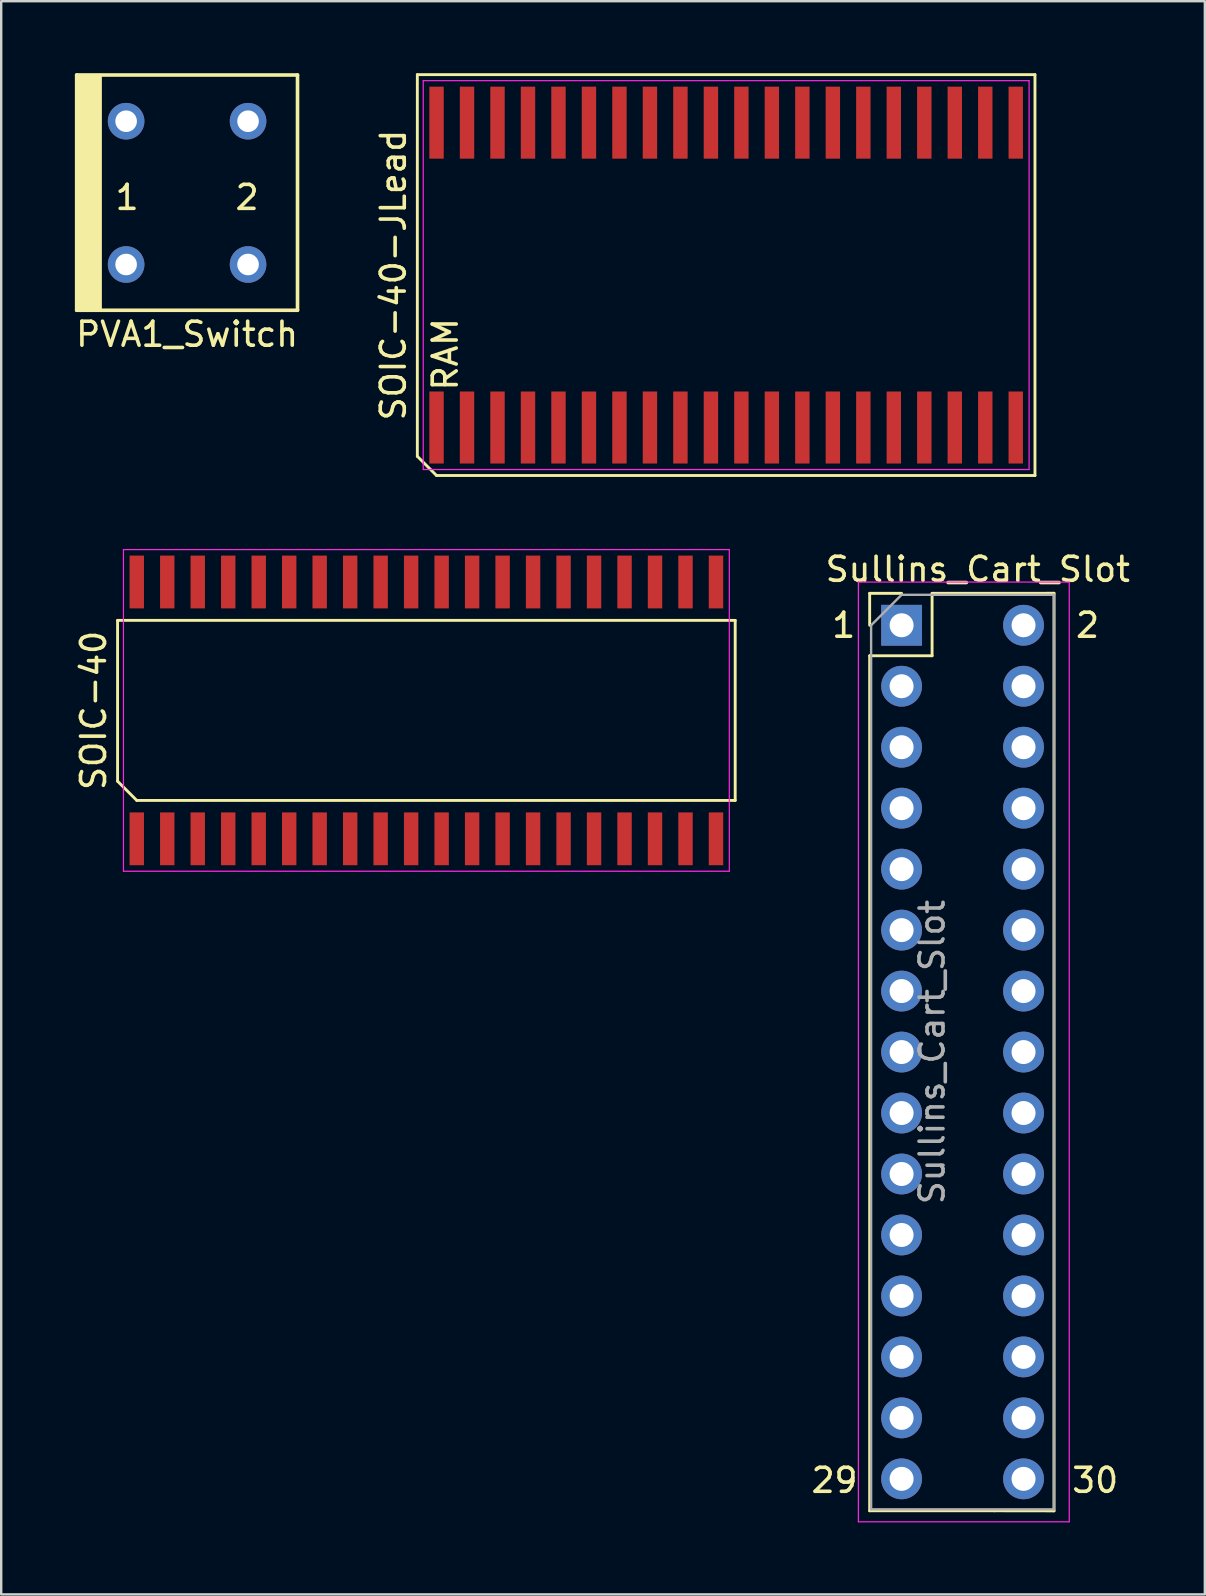
<source format=kicad_pcb>
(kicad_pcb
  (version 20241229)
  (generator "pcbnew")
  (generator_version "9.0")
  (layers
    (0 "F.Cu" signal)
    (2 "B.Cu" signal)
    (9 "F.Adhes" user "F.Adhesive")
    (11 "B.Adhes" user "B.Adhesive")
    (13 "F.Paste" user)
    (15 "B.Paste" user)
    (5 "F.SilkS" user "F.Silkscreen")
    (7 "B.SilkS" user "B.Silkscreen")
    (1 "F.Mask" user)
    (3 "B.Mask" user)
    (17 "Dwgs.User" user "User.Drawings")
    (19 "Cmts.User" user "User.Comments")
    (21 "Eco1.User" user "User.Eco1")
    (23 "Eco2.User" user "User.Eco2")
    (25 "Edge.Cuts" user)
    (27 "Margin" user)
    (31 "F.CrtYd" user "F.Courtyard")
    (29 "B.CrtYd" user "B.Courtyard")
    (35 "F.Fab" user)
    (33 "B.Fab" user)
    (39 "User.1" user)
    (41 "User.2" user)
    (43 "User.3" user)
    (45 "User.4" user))
  (footprint "SOIC-40"
    (layer "F.Cu")
    (at 14.713 26.545)
    (property "Reference" "SOIC-40" (at -13.865 0 90) (layer "F.SilkS") (effects (font (size 1 1) (thickness 0.15))))
    (attr smd)
    (fp_line (start -12.865 -3.75) (end 12.865 -3.75) (stroke (width 0.12) (type solid)) (layer "F.SilkS"))
    (fp_line (start -12.865 2.95) (end -12.865 -3.75) (stroke (width 0.12) (type solid)) (layer "F.SilkS"))
    (fp_line (start -12.065 3.75) (end -12.865 2.95) (stroke (width 0.12) (type solid)) (layer "F.SilkS"))
    (fp_line (start 12.865 -3.75) (end 12.865 3.75) (stroke (width 0.12) (type solid)) (layer "F.SilkS"))
    (fp_line (start 12.865 3.75) (end -12.065 3.75) (stroke (width 0.12) (type solid)) (layer "F.SilkS"))
    (fp_line (start -12.62 -6.7) (end 12.62 -6.7) (stroke (width 0.05) (type solid)) (layer "F.CrtYd"))
    (fp_line (start -12.62 6.7) (end -12.62 -6.7) (stroke (width 0.05) (type solid)) (layer "F.CrtYd"))
    (fp_line (start 12.62 -6.7) (end 12.62 6.7) (stroke (width 0.05) (type solid)) (layer "F.CrtYd"))
    (fp_line (start 12.62 6.7) (end -12.62 6.7) (stroke (width 0.05) (type solid)) (layer "F.CrtYd"))
    (pad "1" smd rect (at -12.065 5.35) (size 0.6 2.2) (layers "F.Cu" "F.Mask" "F.Paste"))
    (pad "2" smd rect (at -10.795 5.35) (size 0.6 2.2) (layers "F.Cu" "F.Mask" "F.Paste"))
    (pad "3" smd rect (at -9.525 5.35) (size 0.6 2.2) (layers "F.Cu" "F.Mask" "F.Paste"))
    (pad "4" smd rect (at -8.255 5.35) (size 0.6 2.2) (layers "F.Cu" "F.Mask" "F.Paste"))
    (pad "5" smd rect (at -6.985 5.35) (size 0.6 2.2) (layers "F.Cu" "F.Mask" "F.Paste"))
    (pad "6" smd rect (at -5.715 5.35) (size 0.6 2.2) (layers "F.Cu" "F.Mask" "F.Paste"))
    (pad "7" smd rect (at -4.445 5.35) (size 0.6 2.2) (layers "F.Cu" "F.Mask" "F.Paste"))
    (pad "8" smd rect (at -3.175 5.35) (size 0.6 2.2) (layers "F.Cu" "F.Mask" "F.Paste"))
    (pad "9" smd rect (at -1.905 5.35) (size 0.6 2.2) (layers "F.Cu" "F.Mask" "F.Paste"))
    (pad "10" smd rect (at -0.635 5.35) (size 0.6 2.2) (layers "F.Cu" "F.Mask" "F.Paste"))
    (pad "11" smd rect (at 0.635 5.35) (size 0.6 2.2) (layers "F.Cu" "F.Mask" "F.Paste"))
    (pad "12" smd rect (at 1.905 5.35) (size 0.6 2.2) (layers "F.Cu" "F.Mask" "F.Paste"))
    (pad "13" smd rect (at 3.175 5.35) (size 0.6 2.2) (layers "F.Cu" "F.Mask" "F.Paste"))
    (pad "14" smd rect (at 4.445 5.35) (size 0.6 2.2) (layers "F.Cu" "F.Mask" "F.Paste"))
    (pad "15" smd rect (at 5.715 5.35) (size 0.6 2.2) (layers "F.Cu" "F.Mask" "F.Paste"))
    (pad "16" smd rect (at 6.985 5.35) (size 0.6 2.2) (layers "F.Cu" "F.Mask" "F.Paste"))
    (pad "17" smd rect (at 8.255 5.35) (size 0.6 2.2) (layers "F.Cu" "F.Mask" "F.Paste"))
    (pad "18" smd rect (at 9.525 5.35) (size 0.6 2.2) (layers "F.Cu" "F.Mask" "F.Paste"))
    (pad "19" smd rect (at 10.795 5.35) (size 0.6 2.2) (layers "F.Cu" "F.Mask" "F.Paste"))
    (pad "20" smd rect (at 12.065 5.35) (size 0.6 2.2) (layers "F.Cu" "F.Mask" "F.Paste"))
    (pad "21" smd rect (at 12.065 -5.35) (size 0.6 2.2) (layers "F.Cu" "F.Mask" "F.Paste"))
    (pad "22" smd rect (at 10.795 -5.35) (size 0.6 2.2) (layers "F.Cu" "F.Mask" "F.Paste"))
    (pad "23" smd rect (at 9.525 -5.35) (size 0.6 2.2) (layers "F.Cu" "F.Mask" "F.Paste"))
    (pad "24" smd rect (at 8.255 -5.35) (size 0.6 2.2) (layers "F.Cu" "F.Mask" "F.Paste"))
    (pad "25" smd rect (at 6.985 -5.35) (size 0.6 2.2) (layers "F.Cu" "F.Mask" "F.Paste"))
    (pad "26" smd rect (at 5.715 -5.35) (size 0.6 2.2) (layers "F.Cu" "F.Mask" "F.Paste"))
    (pad "27" smd rect (at 4.445 -5.35) (size 0.6 2.2) (layers "F.Cu" "F.Mask" "F.Paste"))
    (pad "28" smd rect (at 3.175 -5.35) (size 0.6 2.2) (layers "F.Cu" "F.Mask" "F.Paste"))
    (pad "29" smd rect (at 1.905 -5.35) (size 0.6 2.2) (layers "F.Cu" "F.Mask" "F.Paste"))
    (pad "30" smd rect (at 0.635 -5.35) (size 0.6 2.2) (layers "F.Cu" "F.Mask" "F.Paste"))
    (pad "31" smd rect (at -0.635 -5.35) (size 0.6 2.2) (layers "F.Cu" "F.Mask" "F.Paste"))
    (pad "32" smd rect (at -1.905 -5.35) (size 0.6 2.2) (layers "F.Cu" "F.Mask" "F.Paste"))
    (pad "33" smd rect (at -3.175 -5.35) (size 0.6 2.2) (layers "F.Cu" "F.Mask" "F.Paste"))
    (pad "34" smd rect (at -4.445 -5.35) (size 0.6 2.2) (layers "F.Cu" "F.Mask" "F.Paste"))
    (pad "35" smd rect (at -5.715 -5.35) (size 0.6 2.2) (layers "F.Cu" "F.Mask" "F.Paste"))
    (pad "36" smd rect (at -6.985 -5.35) (size 0.6 2.2) (layers "F.Cu" "F.Mask" "F.Paste"))
    (pad "37" smd rect (at -8.255 -5.35) (size 0.6 2.2) (layers "F.Cu" "F.Mask" "F.Paste"))
    (pad "38" smd rect (at -9.525 -5.35) (size 0.6 2.2) (layers "F.Cu" "F.Mask" "F.Paste"))
    (pad "39" smd rect (at -10.795 -5.35) (size 0.6 2.2) (layers "F.Cu" "F.Mask" "F.Paste"))
    (pad "40" smd rect (at -12.065 -5.35) (size 0.6 2.2) (layers "F.Cu" "F.Mask" "F.Paste")))
  (footprint "PVA1_Switch"
    (layer "F.Cu")
    (at 4.744 5.175)
    (property "Reference" "PVA1_Switch" (at 0 5.7 0) (layer "F.SilkS") (effects (font (size 1 1) (thickness 0.15))))
    (attr through_hole)
    (fp_line (start -4.6 -5.1) (end 4.6 -5.1) (stroke (width 0.15) (type solid)) (layer "F.SilkS"))
    (fp_line (start -4.6 4.7) (end -4.6 -5.1) (stroke (width 0.15) (type solid)) (layer "F.SilkS"))
    (fp_line (start 4.6 -5.1) (end 4.6 4.7) (stroke (width 0.15) (type solid)) (layer "F.SilkS"))
    (fp_line (start 4.6 4.7) (end -4.6 4.7) (stroke (width 0.15) (type solid)) (layer "F.SilkS"))
    (fp_poly (pts (xy -4.6 -5.1) (xy -3.6 -5.1) (xy -3.6 4.7) (xy -4.6 4.7)) (stroke (width 0.1) (type solid)) (fill yes) (layer "F.SilkS"))
    (fp_text user "2" (at 2.5 0 0) (layer "F.SilkS") (effects (font (size 1 1) (thickness 0.15))))
    (fp_text user "1" (at -2.5 0 0) (layer "F.SilkS") (effects (font (size 1 1) (thickness 0.15))))
    (pad "1" thru_hole circle (at -2.54 -3.175) (size 1.524 1.524) (drill 0.9) (layers "*.Cu" "*.Mask"))
    (pad "1" thru_hole circle (at -2.54 2.794) (size 1.524 1.524) (drill 0.9) (layers "*.Cu" "*.Mask"))
    (pad "2" thru_hole circle (at 2.54 -3.175) (size 1.524 1.524) (drill 0.9) (layers "*.Cu" "*.Mask"))
    (pad "2" thru_hole circle (at 2.54 2.794) (size 1.524 1.524) (drill 0.9) (layers "*.Cu" "*.Mask")))
  (footprint "SOIC-40-JLead"
    (layer "F.Cu")
    (at 27.201 8.41)
    (property "Reference" "SOIC-40-JLead" (at -13.865 0 90) (layer "F.SilkS") (effects (font (size 1 1) (thickness 0.15))))
    (attr smd)
    (fp_line (start -12.865 -8.35) (end 12.865 -8.35) (stroke (width 0.12) (type solid)) (layer "F.SilkS"))
    (fp_line (start -12.865 7.55) (end -12.865 -8.35) (stroke (width 0.12) (type solid)) (layer "F.SilkS"))
    (fp_line (start -12.065 8.35) (end -12.865 7.55) (stroke (width 0.12) (type solid)) (layer "F.SilkS"))
    (fp_line (start 12.865 -8.35) (end 12.865 8.35) (stroke (width 0.12) (type solid)) (layer "F.SilkS"))
    (fp_line (start 12.865 8.35) (end -12.065 8.35) (stroke (width 0.12) (type solid)) (layer "F.SilkS"))
    (fp_line (start -12.62 -8.1) (end 12.62 -8.1) (stroke (width 0.05) (type solid)) (layer "F.CrtYd"))
    (fp_line (start -12.62 8.1) (end -12.62 -8.1) (stroke (width 0.05) (type solid)) (layer "F.CrtYd"))
    (fp_line (start 12.62 -8.1) (end 12.62 8.1) (stroke (width 0.05) (type solid)) (layer "F.CrtYd"))
    (fp_line (start 12.62 8.1) (end -12.62 8.1) (stroke (width 0.05) (type solid)) (layer "F.CrtYd"))
    (fp_text user "RAM" (at -11.7 3.3 270) (layer "F.SilkS") (effects (font (size 1 1) (thickness 0.15))))
    (pad "1" smd rect (at -12.065 6.35) (size 0.6 3) (layers "F.Cu" "F.Mask" "F.Paste"))
    (pad "2" smd rect (at -10.795 6.35) (size 0.6 3) (layers "F.Cu" "F.Mask" "F.Paste"))
    (pad "3" smd rect (at -9.525 6.35) (size 0.6 3) (layers "F.Cu" "F.Mask" "F.Paste"))
    (pad "4" smd rect (at -8.255 6.35) (size 0.6 3) (layers "F.Cu" "F.Mask" "F.Paste"))
    (pad "5" smd rect (at -6.985 6.35) (size 0.6 3) (layers "F.Cu" "F.Mask" "F.Paste"))
    (pad "6" smd rect (at -5.715 6.35) (size 0.6 3) (layers "F.Cu" "F.Mask" "F.Paste"))
    (pad "7" smd rect (at -4.445 6.35) (size 0.6 3) (layers "F.Cu" "F.Mask" "F.Paste"))
    (pad "8" smd rect (at -3.175 6.35) (size 0.6 3) (layers "F.Cu" "F.Mask" "F.Paste"))
    (pad "9" smd rect (at -1.905 6.35) (size 0.6 3) (layers "F.Cu" "F.Mask" "F.Paste"))
    (pad "10" smd rect (at -0.635 6.35) (size 0.6 3) (layers "F.Cu" "F.Mask" "F.Paste"))
    (pad "11" smd rect (at 0.635 6.35) (size 0.6 3) (layers "F.Cu" "F.Mask" "F.Paste"))
    (pad "12" smd rect (at 1.905 6.35) (size 0.6 3) (layers "F.Cu" "F.Mask" "F.Paste"))
    (pad "13" smd rect (at 3.175 6.35) (size 0.6 3) (layers "F.Cu" "F.Mask" "F.Paste"))
    (pad "14" smd rect (at 4.445 6.35) (size 0.6 3) (layers "F.Cu" "F.Mask" "F.Paste"))
    (pad "15" smd rect (at 5.715 6.35) (size 0.6 3) (layers "F.Cu" "F.Mask" "F.Paste"))
    (pad "16" smd rect (at 6.985 6.35) (size 0.6 3) (layers "F.Cu" "F.Mask" "F.Paste"))
    (pad "17" smd rect (at 8.255 6.35) (size 0.6 3) (layers "F.Cu" "F.Mask" "F.Paste"))
    (pad "18" smd rect (at 9.525 6.35) (size 0.6 3) (layers "F.Cu" "F.Mask" "F.Paste"))
    (pad "19" smd rect (at 10.795 6.35) (size 0.6 3) (layers "F.Cu" "F.Mask" "F.Paste"))
    (pad "20" smd rect (at 12.065 6.35) (size 0.6 3) (layers "F.Cu" "F.Mask" "F.Paste"))
    (pad "21" smd rect (at 12.065 -6.35) (size 0.6 3) (layers "F.Cu" "F.Mask" "F.Paste"))
    (pad "22" smd rect (at 10.795 -6.35) (size 0.6 3) (layers "F.Cu" "F.Mask" "F.Paste"))
    (pad "23" smd rect (at 9.525 -6.35) (size 0.6 3) (layers "F.Cu" "F.Mask" "F.Paste"))
    (pad "24" smd rect (at 8.255 -6.35) (size 0.6 3) (layers "F.Cu" "F.Mask" "F.Paste"))
    (pad "25" smd rect (at 6.985 -6.35) (size 0.6 3) (layers "F.Cu" "F.Mask" "F.Paste"))
    (pad "26" smd rect (at 5.715 -6.35) (size 0.6 3) (layers "F.Cu" "F.Mask" "F.Paste"))
    (pad "27" smd rect (at 4.445 -6.35) (size 0.6 3) (layers "F.Cu" "F.Mask" "F.Paste"))
    (pad "28" smd rect (at 3.175 -6.35) (size 0.6 3) (layers "F.Cu" "F.Mask" "F.Paste"))
    (pad "29" smd rect (at 1.905 -6.35) (size 0.6 3) (layers "F.Cu" "F.Mask" "F.Paste"))
    (pad "30" smd rect (at 0.635 -6.35) (size 0.6 3) (layers "F.Cu" "F.Mask" "F.Paste"))
    (pad "31" smd rect (at -0.635 -6.35) (size 0.6 3) (layers "F.Cu" "F.Mask" "F.Paste"))
    (pad "32" smd rect (at -1.905 -6.35) (size 0.6 3) (layers "F.Cu" "F.Mask" "F.Paste"))
    (pad "33" smd rect (at -3.175 -6.35) (size 0.6 3) (layers "F.Cu" "F.Mask" "F.Paste"))
    (pad "34" smd rect (at -4.445 -6.35) (size 0.6 3) (layers "F.Cu" "F.Mask" "F.Paste"))
    (pad "35" smd rect (at -5.715 -6.35) (size 0.6 3) (layers "F.Cu" "F.Mask" "F.Paste"))
    (pad "36" smd rect (at -6.985 -6.35) (size 0.6 3) (layers "F.Cu" "F.Mask" "F.Paste"))
    (pad "37" smd rect (at -8.255 -6.35) (size 0.6 3) (layers "F.Cu" "F.Mask" "F.Paste"))
    (pad "38" smd rect (at -9.525 -6.35) (size 0.6 3) (layers "F.Cu" "F.Mask" "F.Paste"))
    (pad "39" smd rect (at -10.795 -6.35) (size 0.6 3) (layers "F.Cu" "F.Mask" "F.Paste"))
    (pad "40" smd rect (at -12.065 -6.35) (size 0.6 3) (layers "F.Cu" "F.Mask" "F.Paste")))
  (footprint "Sullins_Cart_Slot"
    (layer "F.Cu")
    (at 34.51 22.998)
    (property "Reference" "Sullins_Cart_Slot" (at 3.175 -2.33 0) (layer "F.SilkS") (effects (font (size 1 1) (thickness 0.15))))
    (attr through_hole)
    (fp_line (start -1.33 -1.33) (end 0 -1.33) (stroke (width 0.12) (type solid)) (layer "F.SilkS"))
    (fp_line (start -1.33 0) (end -1.33 -1.33) (stroke (width 0.12) (type solid)) (layer "F.SilkS"))
    (fp_line (start -1.33 1.27) (end -1.33 36.89) (stroke (width 0.12) (type solid)) (layer "F.SilkS"))
    (fp_line (start -1.33 1.27) (end 1.27 1.27) (stroke (width 0.12) (type solid)) (layer "F.SilkS"))
    (fp_line (start -1.33 36.89) (end 3.87 36.89) (stroke (width 0.12) (type solid)) (layer "F.SilkS"))
    (fp_line (start 1.27 -1.33) (end 3.87 -1.33) (stroke (width 0.12) (type solid)) (layer "F.SilkS"))
    (fp_line (start 1.27 1.27) (end 1.27 -1.33) (stroke (width 0.12) (type solid)) (layer "F.SilkS"))
    (fp_line (start 3.87 -1.33) (end 6.35 -1.333) (stroke (width 0.12) (type solid)) (layer "F.SilkS"))
    (fp_line (start 3.87 36.89) (end 6.35 36.894) (stroke (width 0.12) (type solid)) (layer "F.SilkS"))
    (fp_line (start 6.35 -1.333) (end 6.35 36.894) (stroke (width 0.12) (type solid)) (layer "F.SilkS"))
    (fp_line (start -1.8 -1.8) (end -1.8 37.35) (stroke (width 0.05) (type solid)) (layer "F.CrtYd"))
    (fp_line (start -1.8 37.35) (end 6.985 37.35) (stroke (width 0.05) (type solid)) (layer "F.CrtYd"))
    (fp_line (start 6.985 -1.8) (end -1.8 -1.8) (stroke (width 0.05) (type solid)) (layer "F.CrtYd"))
    (fp_line (start 6.985 37.35) (end 6.985 -1.8) (stroke (width 0.05) (type solid)) (layer "F.CrtYd"))
    (fp_line (start -1.27 0) (end 0 -1.27) (stroke (width 0.1) (type solid)) (layer "F.Fab"))
    (fp_line (start -1.27 36.83) (end -1.27 0) (stroke (width 0.1) (type solid)) (layer "F.Fab"))
    (fp_line (start 0 -1.27) (end 6.35 -1.27) (stroke (width 0.1) (type solid)) (layer "F.Fab"))
    (fp_line (start 6.35 -1.27) (end 6.35 36.83) (stroke (width 0.1) (type solid)) (layer "F.Fab"))
    (fp_line (start 6.35 36.83) (end -1.27 36.83) (stroke (width 0.1) (type solid)) (layer "F.Fab"))
    (fp_text user "2" (at 7.747 0 0) (layer "F.SilkS") (effects (font (size 1 1) (thickness 0.15))))
    (fp_text user "1" (at -2.413 0 0) (layer "F.SilkS") (effects (font (size 1 1) (thickness 0.15))))
    (fp_text user "29" (at -2.794 35.623 0) (layer "F.SilkS") (effects (font (size 1 1) (thickness 0.15))))
    (fp_text user "30" (at 8.065 35.623 0) (layer "F.SilkS") (effects (font (size 1 1) (thickness 0.15))))
    (fp_text user "${REFERENCE}" (at 1.27 17.78 90) (layer "F.Fab") (effects (font (size 1 1) (thickness 0.15))))
    (pad "1" thru_hole rect (at 0 0) (size 1.7 1.7) (drill 1) (layers "*.Cu" "*.Mask"))
    (pad "2" thru_hole oval (at 5.08 0) (size 1.7 1.7) (drill 1) (layers "*.Cu" "*.Mask"))
    (pad "3" thru_hole oval (at 0 2.54) (size 1.7 1.7) (drill 1) (layers "*.Cu" "*.Mask"))
    (pad "4" thru_hole oval (at 5.08 2.54) (size 1.7 1.7) (drill 1) (layers "*.Cu" "*.Mask"))
    (pad "5" thru_hole oval (at 0 5.08) (size 1.7 1.7) (drill 1) (layers "*.Cu" "*.Mask"))
    (pad "6" thru_hole oval (at 5.08 5.08) (size 1.7 1.7) (drill 1) (layers "*.Cu" "*.Mask"))
    (pad "7" thru_hole oval (at 0 7.62) (size 1.7 1.7) (drill 1) (layers "*.Cu" "*.Mask"))
    (pad "8" thru_hole oval (at 5.08 7.62) (size 1.7 1.7) (drill 1) (layers "*.Cu" "*.Mask"))
    (pad "9" thru_hole oval (at 0 10.16) (size 1.7 1.7) (drill 1) (layers "*.Cu" "*.Mask"))
    (pad "10" thru_hole oval (at 5.08 10.16) (size 1.7 1.7) (drill 1) (layers "*.Cu" "*.Mask"))
    (pad "11" thru_hole oval (at 0 12.7) (size 1.7 1.7) (drill 1) (layers "*.Cu" "*.Mask"))
    (pad "12" thru_hole oval (at 5.08 12.7) (size 1.7 1.7) (drill 1) (layers "*.Cu" "*.Mask"))
    (pad "13" thru_hole oval (at 0 15.24) (size 1.7 1.7) (drill 1) (layers "*.Cu" "*.Mask"))
    (pad "14" thru_hole oval (at 5.08 15.24) (size 1.7 1.7) (drill 1) (layers "*.Cu" "*.Mask"))
    (pad "15" thru_hole oval (at 0 17.78) (size 1.7 1.7) (drill 1) (layers "*.Cu" "*.Mask"))
    (pad "16" thru_hole oval (at 5.08 17.78) (size 1.7 1.7) (drill 1) (layers "*.Cu" "*.Mask"))
    (pad "17" thru_hole oval (at 0 20.32) (size 1.7 1.7) (drill 1) (layers "*.Cu" "*.Mask"))
    (pad "18" thru_hole oval (at 5.08 20.32) (size 1.7 1.7) (drill 1) (layers "*.Cu" "*.Mask"))
    (pad "19" thru_hole oval (at 0 22.86) (size 1.7 1.7) (drill 1) (layers "*.Cu" "*.Mask"))
    (pad "20" thru_hole oval (at 5.08 22.86) (size 1.7 1.7) (drill 1) (layers "*.Cu" "*.Mask"))
    (pad "21" thru_hole oval (at 0 25.4) (size 1.7 1.7) (drill 1) (layers "*.Cu" "*.Mask"))
    (pad "22" thru_hole oval (at 5.08 25.4) (size 1.7 1.7) (drill 1) (layers "*.Cu" "*.Mask"))
    (pad "23" thru_hole oval (at 0 27.94) (size 1.7 1.7) (drill 1) (layers "*.Cu" "*.Mask"))
    (pad "24" thru_hole oval (at 5.08 27.94) (size 1.7 1.7) (drill 1) (layers "*.Cu" "*.Mask"))
    (pad "25" thru_hole oval (at 0 30.48) (size 1.7 1.7) (drill 1) (layers "*.Cu" "*.Mask"))
    (pad "26" thru_hole oval (at 5.08 30.48) (size 1.7 1.7) (drill 1) (layers "*.Cu" "*.Mask"))
    (pad "27" thru_hole oval (at 0 33.02) (size 1.7 1.7) (drill 1) (layers "*.Cu" "*.Mask"))
    (pad "28" thru_hole oval (at 5.08 33.02) (size 1.7 1.7) (drill 1) (layers "*.Cu" "*.Mask"))
    (pad "29" thru_hole oval (at 0 35.56) (size 1.7 1.7) (drill 1) (layers "*.Cu" "*.Mask"))
    (pad "30" thru_hole oval (at 5.08 35.56) (size 1.7 1.7) (drill 1) (layers "*.Cu" "*.Mask")))
  (gr_rect
    (start -3 -3)
    (end 47.143 63.373)
    (stroke (width 0.1) (type default))
    (fill no)
    (layer "Edge.Cuts")))
</source>
